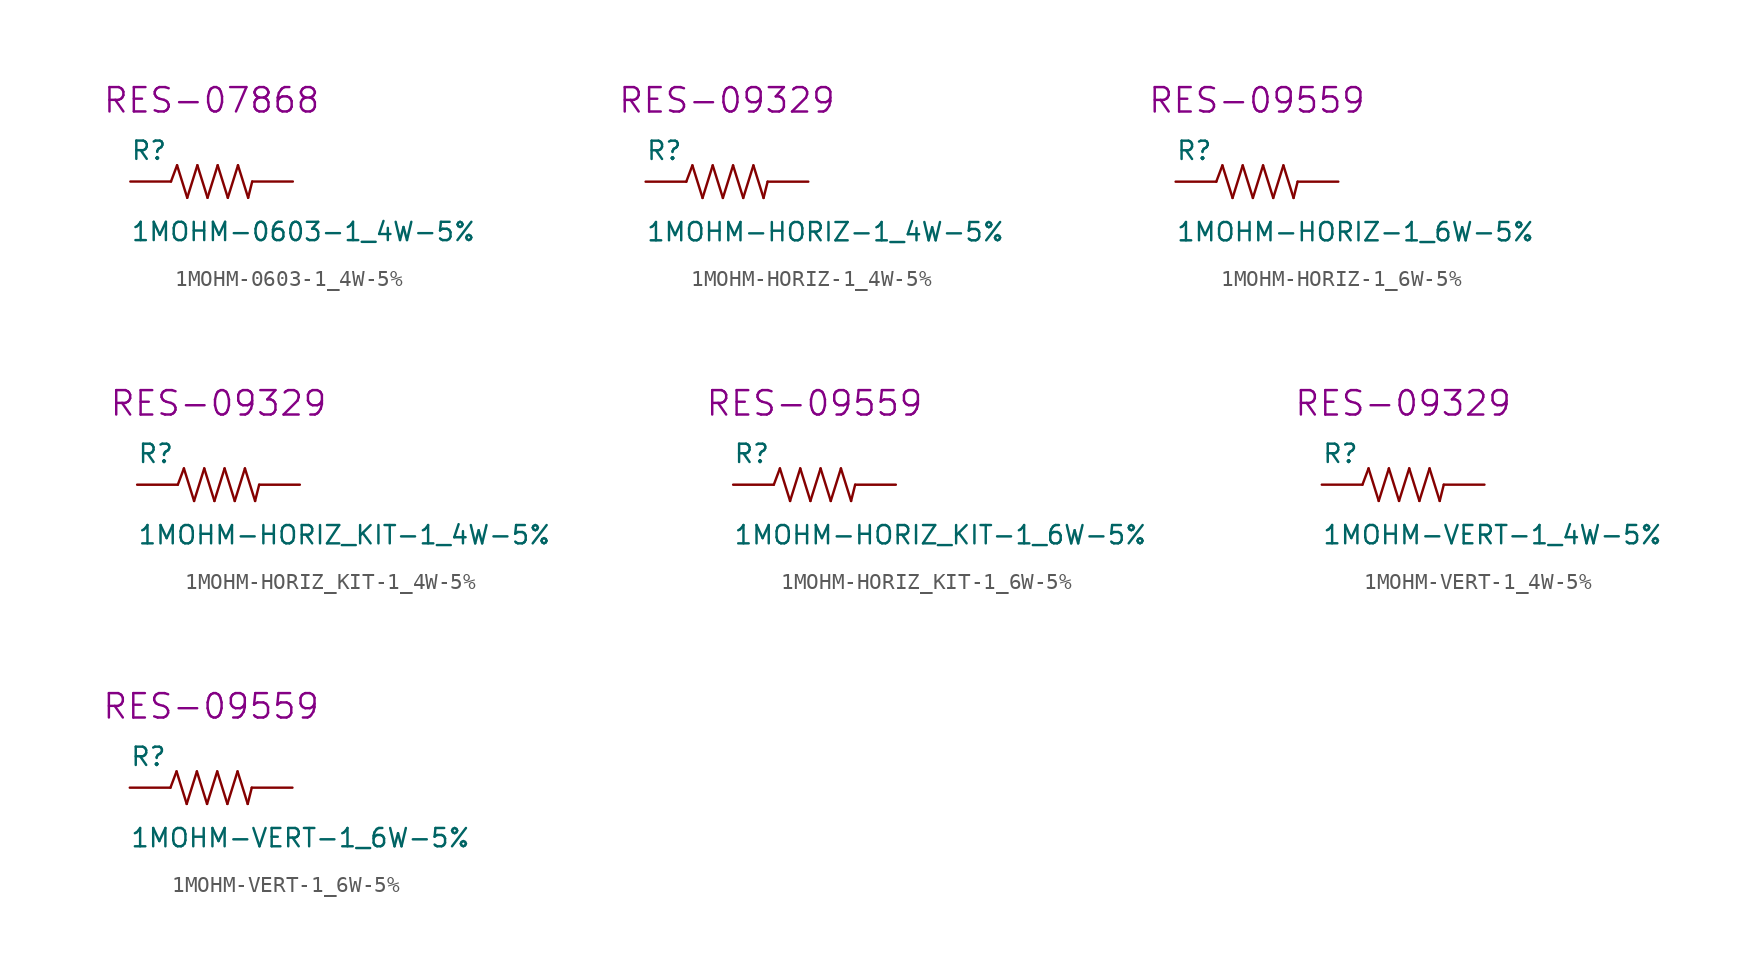
<source format=kicad_sym>
(kicad_symbol_lib
  (version 20220914)
  (generator kicad_symbol_editor)
  (symbol "1MOHM-0603-1_4W-5%"
    (pin_numbers hide)
    (pin_names
      (offset 1.016) hide)
    (property "Reference" "R"
      (at -5.08 1.27 0)
      (effects (font (size 1.143 1.143)) (justify left bottom)))
    (property "Value" "1MOHM-0603-1_4W-5%"
      (at -5.08 -3.81 0)
      (effects (font (size 1.143 1.143)) (justify left bottom)))
    (property "Field4" "RES-07868"
      (at 0 5.08 0)
      (effects (font (size 1.524 1.524))))
    (property "ki_locked" ""
      (at 0 0 0)
      (effects (font (size 1.27 1.27))))
    (symbol "1MOHM-0603-1_4W-5%_1_0"
      (polyline (pts (xy -2.54 0) (xy -2.159 1.016)) (stroke (width 0) (type solid)) (fill (type none)))
      (polyline (pts (xy -2.159 1.016) (xy -1.524 -1.016)) (stroke (width 0) (type solid)) (fill (type none)))
      (polyline (pts (xy -1.524 -1.016) (xy -0.889 1.016)) (stroke (width 0) (type solid)) (fill (type none)))
      (polyline (pts (xy -0.889 1.016) (xy -0.254 -1.016)) (stroke (width 0) (type solid)) (fill (type none)))
      (polyline (pts (xy -0.254 -1.016) (xy 0.381 1.016)) (stroke (width 0) (type solid)) (fill (type none)))
      (polyline (pts (xy 0.381 1.016) (xy 1.016 -1.016)) (stroke (width 0) (type solid)) (fill (type none)))
      (polyline (pts (xy 1.016 -1.016) (xy 1.651 1.016)) (stroke (width 0) (type solid)) (fill (type none)))
      (polyline (pts (xy 1.651 1.016) (xy 2.286 -1.016)) (stroke (width 0) (type solid)) (fill (type none)))
      (polyline (pts (xy 2.286 -1.016) (xy 2.54 0)) (stroke (width 0) (type solid)) (fill (type none))))
    (symbol "1MOHM-0603-1_4W-5%_1_1"
      (pin passive line (at -5.08 0 0) (length 2.54) (name "1" (effects (font (size 1.016 1.016)))) (number "1" (effects (font (size 1.016 1.016)))))
      (pin passive line (at 5.08 0 180) (length 2.54) (name "2" (effects (font (size 1.016 1.016)))) (number "2" (effects (font (size 1.016 1.016)))))))
  (symbol "1MOHM-HORIZ-1_4W-5%"
    (pin_numbers hide)
    (pin_names
      (offset 1.016) hide)
    (property "Reference" "R"
      (at -5.08 1.27 0)
      (effects (font (size 1.143 1.143)) (justify left bottom)))
    (property "Value" "1MOHM-HORIZ-1_4W-5%"
      (at -5.08 -3.81 0)
      (effects (font (size 1.143 1.143)) (justify left bottom)))
    (property "Field4" "RES-09329"
      (at 0 5.08 0)
      (effects (font (size 1.524 1.524))))
    (property "ki_locked" ""
      (at 0 0 0)
      (effects (font (size 1.27 1.27))))
    (symbol "1MOHM-HORIZ-1_4W-5%_1_0"
      (polyline (pts (xy -2.54 0) (xy -2.159 1.016)) (stroke (width 0) (type solid)) (fill (type none)))
      (polyline (pts (xy -2.159 1.016) (xy -1.524 -1.016)) (stroke (width 0) (type solid)) (fill (type none)))
      (polyline (pts (xy -1.524 -1.016) (xy -0.889 1.016)) (stroke (width 0) (type solid)) (fill (type none)))
      (polyline (pts (xy -0.889 1.016) (xy -0.254 -1.016)) (stroke (width 0) (type solid)) (fill (type none)))
      (polyline (pts (xy -0.254 -1.016) (xy 0.381 1.016)) (stroke (width 0) (type solid)) (fill (type none)))
      (polyline (pts (xy 0.381 1.016) (xy 1.016 -1.016)) (stroke (width 0) (type solid)) (fill (type none)))
      (polyline (pts (xy 1.016 -1.016) (xy 1.651 1.016)) (stroke (width 0) (type solid)) (fill (type none)))
      (polyline (pts (xy 1.651 1.016) (xy 2.286 -1.016)) (stroke (width 0) (type solid)) (fill (type none)))
      (polyline (pts (xy 2.286 -1.016) (xy 2.54 0)) (stroke (width 0) (type solid)) (fill (type none))))
    (symbol "1MOHM-HORIZ-1_4W-5%_1_1"
      (pin passive line (at -5.08 0 0) (length 2.54) (name "1" (effects (font (size 1.016 1.016)))) (number "P$1" (effects (font (size 1.016 1.016)))))
      (pin passive line (at 5.08 0 180) (length 2.54) (name "2" (effects (font (size 1.016 1.016)))) (number "P$2" (effects (font (size 1.016 1.016)))))))
  (symbol "1MOHM-HORIZ-1_6W-5%"
    (pin_numbers hide)
    (pin_names
      (offset 1.016) hide)
    (property "Reference" "R"
      (at -5.08 1.27 0)
      (effects (font (size 1.143 1.143)) (justify left bottom)))
    (property "Value" "1MOHM-HORIZ-1_6W-5%"
      (at -5.08 -3.81 0)
      (effects (font (size 1.143 1.143)) (justify left bottom)))
    (property "Field4" "RES-09559"
      (at 0 5.08 0)
      (effects (font (size 1.524 1.524))))
    (property "ki_locked" ""
      (at 0 0 0)
      (effects (font (size 1.27 1.27))))
    (symbol "1MOHM-HORIZ-1_6W-5%_1_0"
      (polyline (pts (xy -2.54 0) (xy -2.159 1.016)) (stroke (width 0) (type solid)) (fill (type none)))
      (polyline (pts (xy -2.159 1.016) (xy -1.524 -1.016)) (stroke (width 0) (type solid)) (fill (type none)))
      (polyline (pts (xy -1.524 -1.016) (xy -0.889 1.016)) (stroke (width 0) (type solid)) (fill (type none)))
      (polyline (pts (xy -0.889 1.016) (xy -0.254 -1.016)) (stroke (width 0) (type solid)) (fill (type none)))
      (polyline (pts (xy -0.254 -1.016) (xy 0.381 1.016)) (stroke (width 0) (type solid)) (fill (type none)))
      (polyline (pts (xy 0.381 1.016) (xy 1.016 -1.016)) (stroke (width 0) (type solid)) (fill (type none)))
      (polyline (pts (xy 1.016 -1.016) (xy 1.651 1.016)) (stroke (width 0) (type solid)) (fill (type none)))
      (polyline (pts (xy 1.651 1.016) (xy 2.286 -1.016)) (stroke (width 0) (type solid)) (fill (type none)))
      (polyline (pts (xy 2.286 -1.016) (xy 2.54 0)) (stroke (width 0) (type solid)) (fill (type none))))
    (symbol "1MOHM-HORIZ-1_6W-5%_1_1"
      (pin passive line (at -5.08 0 0) (length 2.54) (name "1" (effects (font (size 1.016 1.016)))) (number "P$1" (effects (font (size 1.016 1.016)))))
      (pin passive line (at 5.08 0 180) (length 2.54) (name "2" (effects (font (size 1.016 1.016)))) (number "P$2" (effects (font (size 1.016 1.016)))))))
  (symbol "1MOHM-HORIZ_KIT-1_4W-5%"
    (pin_numbers hide)
    (pin_names
      (offset 1.016) hide)
    (property "Reference" "R"
      (at -5.08 1.27 0)
      (effects (font (size 1.143 1.143)) (justify left bottom)))
    (property "Value" "1MOHM-HORIZ_KIT-1_4W-5%"
      (at -5.08 -3.81 0)
      (effects (font (size 1.143 1.143)) (justify left bottom)))
    (property "Field4" "RES-09329"
      (at 0 5.08 0)
      (effects (font (size 1.524 1.524))))
    (property "ki_locked" ""
      (at 0 0 0)
      (effects (font (size 1.27 1.27))))
    (symbol "1MOHM-HORIZ_KIT-1_4W-5%_1_0"
      (polyline (pts (xy -2.54 0) (xy -2.159 1.016)) (stroke (width 0) (type solid)) (fill (type none)))
      (polyline (pts (xy -2.159 1.016) (xy -1.524 -1.016)) (stroke (width 0) (type solid)) (fill (type none)))
      (polyline (pts (xy -1.524 -1.016) (xy -0.889 1.016)) (stroke (width 0) (type solid)) (fill (type none)))
      (polyline (pts (xy -0.889 1.016) (xy -0.254 -1.016)) (stroke (width 0) (type solid)) (fill (type none)))
      (polyline (pts (xy -0.254 -1.016) (xy 0.381 1.016)) (stroke (width 0) (type solid)) (fill (type none)))
      (polyline (pts (xy 0.381 1.016) (xy 1.016 -1.016)) (stroke (width 0) (type solid)) (fill (type none)))
      (polyline (pts (xy 1.016 -1.016) (xy 1.651 1.016)) (stroke (width 0) (type solid)) (fill (type none)))
      (polyline (pts (xy 1.651 1.016) (xy 2.286 -1.016)) (stroke (width 0) (type solid)) (fill (type none)))
      (polyline (pts (xy 2.286 -1.016) (xy 2.54 0)) (stroke (width 0) (type solid)) (fill (type none))))
    (symbol "1MOHM-HORIZ_KIT-1_4W-5%_1_1"
      (pin passive line (at -5.08 0 0) (length 2.54) (name "1" (effects (font (size 1.016 1.016)))) (number "P$1" (effects (font (size 1.016 1.016)))))
      (pin passive line (at 5.08 0 180) (length 2.54) (name "2" (effects (font (size 1.016 1.016)))) (number "P$2" (effects (font (size 1.016 1.016)))))))
  (symbol "1MOHM-HORIZ_KIT-1_6W-5%"
    (pin_numbers hide)
    (pin_names
      (offset 1.016) hide)
    (property "Reference" "R"
      (at -5.08 1.27 0)
      (effects (font (size 1.143 1.143)) (justify left bottom)))
    (property "Value" "1MOHM-HORIZ_KIT-1_6W-5%"
      (at -5.08 -3.81 0)
      (effects (font (size 1.143 1.143)) (justify left bottom)))
    (property "Field4" "RES-09559"
      (at 0 5.08 0)
      (effects (font (size 1.524 1.524))))
    (property "ki_locked" ""
      (at 0 0 0)
      (effects (font (size 1.27 1.27))))
    (symbol "1MOHM-HORIZ_KIT-1_6W-5%_1_0"
      (polyline (pts (xy -2.54 0) (xy -2.159 1.016)) (stroke (width 0) (type solid)) (fill (type none)))
      (polyline (pts (xy -2.159 1.016) (xy -1.524 -1.016)) (stroke (width 0) (type solid)) (fill (type none)))
      (polyline (pts (xy -1.524 -1.016) (xy -0.889 1.016)) (stroke (width 0) (type solid)) (fill (type none)))
      (polyline (pts (xy -0.889 1.016) (xy -0.254 -1.016)) (stroke (width 0) (type solid)) (fill (type none)))
      (polyline (pts (xy -0.254 -1.016) (xy 0.381 1.016)) (stroke (width 0) (type solid)) (fill (type none)))
      (polyline (pts (xy 0.381 1.016) (xy 1.016 -1.016)) (stroke (width 0) (type solid)) (fill (type none)))
      (polyline (pts (xy 1.016 -1.016) (xy 1.651 1.016)) (stroke (width 0) (type solid)) (fill (type none)))
      (polyline (pts (xy 1.651 1.016) (xy 2.286 -1.016)) (stroke (width 0) (type solid)) (fill (type none)))
      (polyline (pts (xy 2.286 -1.016) (xy 2.54 0)) (stroke (width 0) (type solid)) (fill (type none))))
    (symbol "1MOHM-HORIZ_KIT-1_6W-5%_1_1"
      (pin passive line (at -5.08 0 0) (length 2.54) (name "1" (effects (font (size 1.016 1.016)))) (number "P$1" (effects (font (size 1.016 1.016)))))
      (pin passive line (at 5.08 0 180) (length 2.54) (name "2" (effects (font (size 1.016 1.016)))) (number "P$2" (effects (font (size 1.016 1.016)))))))
  (symbol "1MOHM-VERT-1_4W-5%"
    (pin_numbers hide)
    (pin_names
      (offset 1.016) hide)
    (property "Reference" "R"
      (at -5.08 1.27 0)
      (effects (font (size 1.143 1.143)) (justify left bottom)))
    (property "Value" "1MOHM-VERT-1_4W-5%"
      (at -5.08 -3.81 0)
      (effects (font (size 1.143 1.143)) (justify left bottom)))
    (property "Field4" "RES-09329"
      (at 0 5.08 0)
      (effects (font (size 1.524 1.524))))
    (property "ki_locked" ""
      (at 0 0 0)
      (effects (font (size 1.27 1.27))))
    (symbol "1MOHM-VERT-1_4W-5%_1_0"
      (polyline (pts (xy -2.54 0) (xy -2.159 1.016)) (stroke (width 0) (type solid)) (fill (type none)))
      (polyline (pts (xy -2.159 1.016) (xy -1.524 -1.016)) (stroke (width 0) (type solid)) (fill (type none)))
      (polyline (pts (xy -1.524 -1.016) (xy -0.889 1.016)) (stroke (width 0) (type solid)) (fill (type none)))
      (polyline (pts (xy -0.889 1.016) (xy -0.254 -1.016)) (stroke (width 0) (type solid)) (fill (type none)))
      (polyline (pts (xy -0.254 -1.016) (xy 0.381 1.016)) (stroke (width 0) (type solid)) (fill (type none)))
      (polyline (pts (xy 0.381 1.016) (xy 1.016 -1.016)) (stroke (width 0) (type solid)) (fill (type none)))
      (polyline (pts (xy 1.016 -1.016) (xy 1.651 1.016)) (stroke (width 0) (type solid)) (fill (type none)))
      (polyline (pts (xy 1.651 1.016) (xy 2.286 -1.016)) (stroke (width 0) (type solid)) (fill (type none)))
      (polyline (pts (xy 2.286 -1.016) (xy 2.54 0)) (stroke (width 0) (type solid)) (fill (type none))))
    (symbol "1MOHM-VERT-1_4W-5%_1_1"
      (pin passive line (at -5.08 0 0) (length 2.54) (name "1" (effects (font (size 1.016 1.016)))) (number "P$1" (effects (font (size 1.016 1.016)))))
      (pin passive line (at 5.08 0 180) (length 2.54) (name "2" (effects (font (size 1.016 1.016)))) (number "P$2" (effects (font (size 1.016 1.016)))))))
  (symbol "1MOHM-VERT-1_6W-5%"
    (pin_numbers hide)
    (pin_names
      (offset 1.016) hide)
    (property "Reference" "R"
      (at -5.08 1.27 0)
      (effects (font (size 1.143 1.143)) (justify left bottom)))
    (property "Value" "1MOHM-VERT-1_6W-5%"
      (at -5.08 -3.81 0)
      (effects (font (size 1.143 1.143)) (justify left bottom)))
    (property "Field4" "RES-09559"
      (at 0 5.08 0)
      (effects (font (size 1.524 1.524))))
    (property "ki_locked" ""
      (at 0 0 0)
      (effects (font (size 1.27 1.27))))
    (symbol "1MOHM-VERT-1_6W-5%_1_0"
      (polyline (pts (xy -2.54 0) (xy -2.159 1.016)) (stroke (width 0) (type solid)) (fill (type none)))
      (polyline (pts (xy -2.159 1.016) (xy -1.524 -1.016)) (stroke (width 0) (type solid)) (fill (type none)))
      (polyline (pts (xy -1.524 -1.016) (xy -0.889 1.016)) (stroke (width 0) (type solid)) (fill (type none)))
      (polyline (pts (xy -0.889 1.016) (xy -0.254 -1.016)) (stroke (width 0) (type solid)) (fill (type none)))
      (polyline (pts (xy -0.254 -1.016) (xy 0.381 1.016)) (stroke (width 0) (type solid)) (fill (type none)))
      (polyline (pts (xy 0.381 1.016) (xy 1.016 -1.016)) (stroke (width 0) (type solid)) (fill (type none)))
      (polyline (pts (xy 1.016 -1.016) (xy 1.651 1.016)) (stroke (width 0) (type solid)) (fill (type none)))
      (polyline (pts (xy 1.651 1.016) (xy 2.286 -1.016)) (stroke (width 0) (type solid)) (fill (type none)))
      (polyline (pts (xy 2.286 -1.016) (xy 2.54 0)) (stroke (width 0) (type solid)) (fill (type none))))
    (symbol "1MOHM-VERT-1_6W-5%_1_1"
      (pin passive line (at -5.08 0 0) (length 2.54) (name "1" (effects (font (size 1.016 1.016)))) (number "P$1" (effects (font (size 1.016 1.016)))))
      (pin passive line (at 5.08 0 180) (length 2.54) (name "2" (effects (font (size 1.016 1.016)))) (number "P$2" (effects (font (size 1.016 1.016))))))))
</source>
